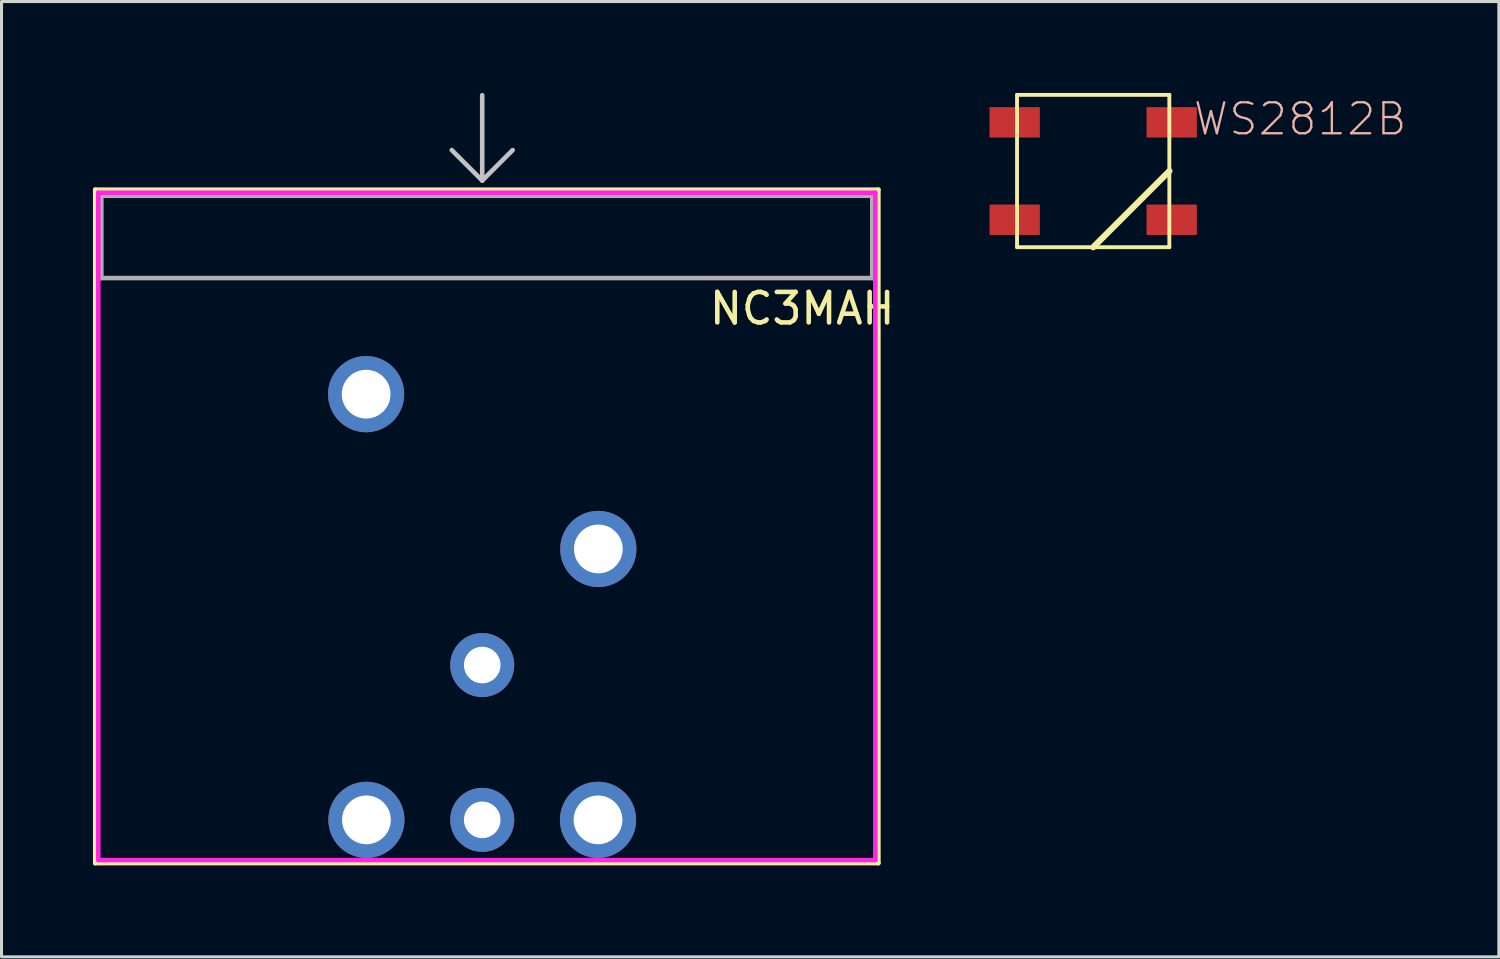
<source format=kicad_pcb>
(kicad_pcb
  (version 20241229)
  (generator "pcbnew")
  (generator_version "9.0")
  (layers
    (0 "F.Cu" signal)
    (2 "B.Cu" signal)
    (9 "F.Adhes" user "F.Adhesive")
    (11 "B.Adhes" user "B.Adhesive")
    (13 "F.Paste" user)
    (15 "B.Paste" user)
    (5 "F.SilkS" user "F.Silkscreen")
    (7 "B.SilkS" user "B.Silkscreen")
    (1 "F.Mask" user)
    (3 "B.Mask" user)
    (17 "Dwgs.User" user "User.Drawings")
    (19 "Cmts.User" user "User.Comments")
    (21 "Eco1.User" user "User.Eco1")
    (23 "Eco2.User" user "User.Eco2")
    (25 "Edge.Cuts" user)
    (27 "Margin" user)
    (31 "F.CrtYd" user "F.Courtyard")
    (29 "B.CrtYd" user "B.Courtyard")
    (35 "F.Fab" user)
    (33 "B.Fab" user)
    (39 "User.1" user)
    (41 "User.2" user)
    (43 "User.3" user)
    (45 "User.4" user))
  (footprint "NC3MAH"
    (layer "F.Cu")
    (at 12.775 6.075)
    (property "Reference" "NC3MAH" (at 10.5 1 0) (layer "F.SilkS") (effects (font (size 1 1) (thickness 0.15))))
    (attr through_hole)
    (fp_line (start -12.7 -2.9) (end -12.7 19.2) (stroke (width 0.15) (type solid)) (layer "F.SilkS"))
    (fp_line (start -12.7 19.2) (end 13 19.2) (stroke (width 0.15) (type solid)) (layer "F.SilkS"))
    (fp_line (start 13 -2.9) (end -12.7 -2.9) (stroke (width 0.15) (type solid)) (layer "F.SilkS"))
    (fp_line (start 13 19.2) (end 13 -2.9) (stroke (width 0.15) (type solid)) (layer "F.SilkS"))
    (fp_line (start 0 -6) (end 0 -3.2) (stroke (width 0.15) (type solid)) (layer "Dwgs.User"))
    (fp_line (start 0 -3.2) (end -1 -4.2) (stroke (width 0.15) (type solid)) (layer "Dwgs.User"))
    (fp_line (start 0 -3.2) (end 1 -4.2) (stroke (width 0.15) (type solid)) (layer "Dwgs.User"))
    (fp_line (start -12.6 -2.8) (end 12.9 -2.8) (stroke (width 0.15) (type solid)) (layer "F.CrtYd"))
    (fp_line (start -12.6 19.1) (end -12.6 -2.8) (stroke (width 0.15) (type solid)) (layer "F.CrtYd"))
    (fp_line (start 12.9 -2.8) (end 12.9 19.1) (stroke (width 0.15) (type solid)) (layer "F.CrtYd"))
    (fp_line (start 12.9 19.1) (end -12.6 19.1) (stroke (width 0.15) (type solid)) (layer "F.CrtYd"))
    (fp_line (start -12.5 -2.7) (end -12.5 0) (stroke (width 0.15) (type solid)) (layer "F.Fab"))
    (fp_line (start 12.8 -2.7) (end -12.5 -2.7) (stroke (width 0.15) (type solid)) (layer "F.Fab"))
    (fp_line (start 12.8 0) (end -12.5 0) (stroke (width 0.15) (type solid)) (layer "F.Fab"))
    (fp_line (start 12.8 0) (end 12.8 -2.7) (stroke (width 0.15) (type solid)) (layer "F.Fab"))
    (pad "1" thru_hole circle (at 3.8 17.78) (size 2.5 2.5) (drill 1.6) (layers "*.Cu" "*.Mask"))
    (pad "2" thru_hole circle (at -3.8 17.78) (size 2.5 2.5) (drill 1.6) (layers "*.Cu" "*.Mask"))
    (pad "3" thru_hole circle (at 0 17.78) (size 2.1 2.1) (drill 1.2) (layers "*.Cu" "*.Mask"))
    (pad "G" thru_hole circle (at 0 12.7) (size 2.1 2.1) (drill 1.2) (layers "*.Cu" "*.Mask"))
    (pad "~" thru_hole circle (at -3.81 3.81) (size 2.5 2.5) (drill 1.6) (layers "*.Cu" "*.Mask"))
    (pad "~" thru_hole circle (at 3.81 8.89) (size 2.5 2.5) (drill 1.6) (layers "*.Cu" "*.Mask")))
  (footprint "WS2812B"
    (placed yes)
    (layer "F.Cu")
    (at 32.825 2.563)
    (property "Reference" "WS2812B" (at 6.792 -1.707 0) (layer "B.SilkS") (effects (font (size 1.016 1.016) (thickness 0.076))))
    (attr smd)
    (fp_line (start -2.499 -2.499) (end -2.499 2.499) (stroke (width 0.127) (type solid)) (layer "F.SilkS"))
    (fp_line (start -2.499 2.499) (end 2.499 2.499) (stroke (width 0.127) (type solid)) (layer "F.SilkS"))
    (fp_line (start 2.499 -2.499) (end -2.499 -2.499) (stroke (width 0.127) (type solid)) (layer "F.SilkS"))
    (fp_line (start 2.499 2.499) (end 2.499 -2.499) (stroke (width 0.127) (type solid)) (layer "F.SilkS"))
    (fp_line (start 2.5 0) (end 0 2.5) (stroke (width 0.203) (type solid)) (layer "F.SilkS"))
    (pad "1" smd rect (at -2.576 -1.598) (size 1.651 0.998) (layers "F.Cu" "F.Mask" "F.Paste"))
    (pad "2" smd rect (at -2.576 1.598) (size 1.651 0.998) (layers "F.Cu" "F.Mask" "F.Paste"))
    (pad "3" smd rect (at 2.576 1.598) (size 1.651 0.998) (layers "F.Cu" "F.Mask" "F.Paste"))
    (pad "4" smd rect (at 2.576 -1.598) (size 1.651 0.998) (layers "F.Cu" "F.Mask" "F.Paste")))
  (gr_rect
    (start -3 -3)
    (end 46.137 28.35)
    (stroke (width 0.1) (type default))
    (fill no)
    (layer "Edge.Cuts")))
</source>
